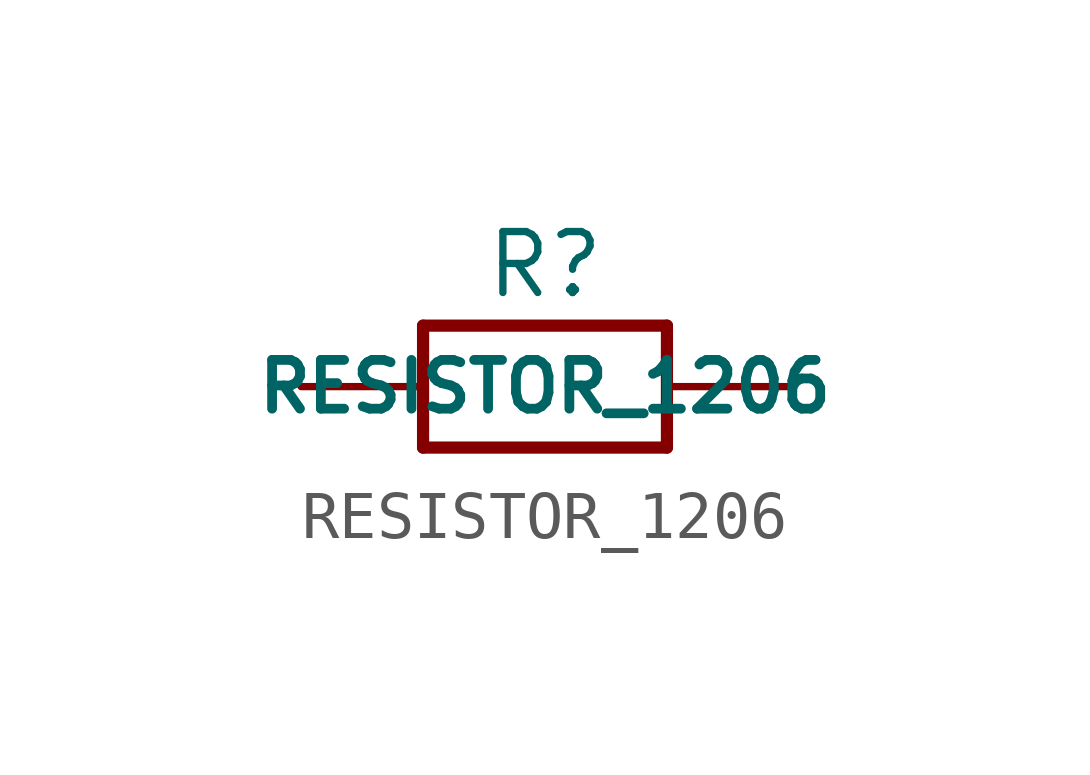
<source format=kicad_sym>
(kicad_symbol_lib
  (version 20201005)
  (generator kicad_symbol_editor)
  (symbol "RESISTOR_1206"
    (property "Reference" "R"
      (at 0 2.54 0)
      (effects (font (size 1.27 1.27))))
    (property "Value" "RESISTOR_1206"
      (at 0 0 0)
      (effects (font (size 1.016 1.016) bold)))
    (property "ki_locked" ""
      (at 0 0 0)
      (effects (font (size 1.27 1.27))))
    (symbol "RESISTOR_1206_1_0"
      (polyline (pts (xy -2.54 -1.27) (xy -2.54 1.27)) (stroke (width 0.254)) (fill (type none)))
      (polyline (pts (xy -2.54 1.27) (xy 2.54 1.27)) (stroke (width 0.254)) (fill (type none)))
      (polyline (pts (xy 2.54 -1.27) (xy -2.54 -1.27)) (stroke (width 0.254)) (fill (type none)))
      (polyline (pts (xy 2.54 1.27) (xy 2.54 -1.27)) (stroke (width 0.254)) (fill (type none)))
      (pin passive line (at -5.08 0 0) (length 2.54) (name "1" (effects (font (size 0 0)))) (number "1" (effects (font (size 0 0)))))
      (pin passive line (at 5.08 0 180) (length 2.54) (name "2" (effects (font (size 0 0)))) (number "2" (effects (font (size 0 0))))))))
</source>
